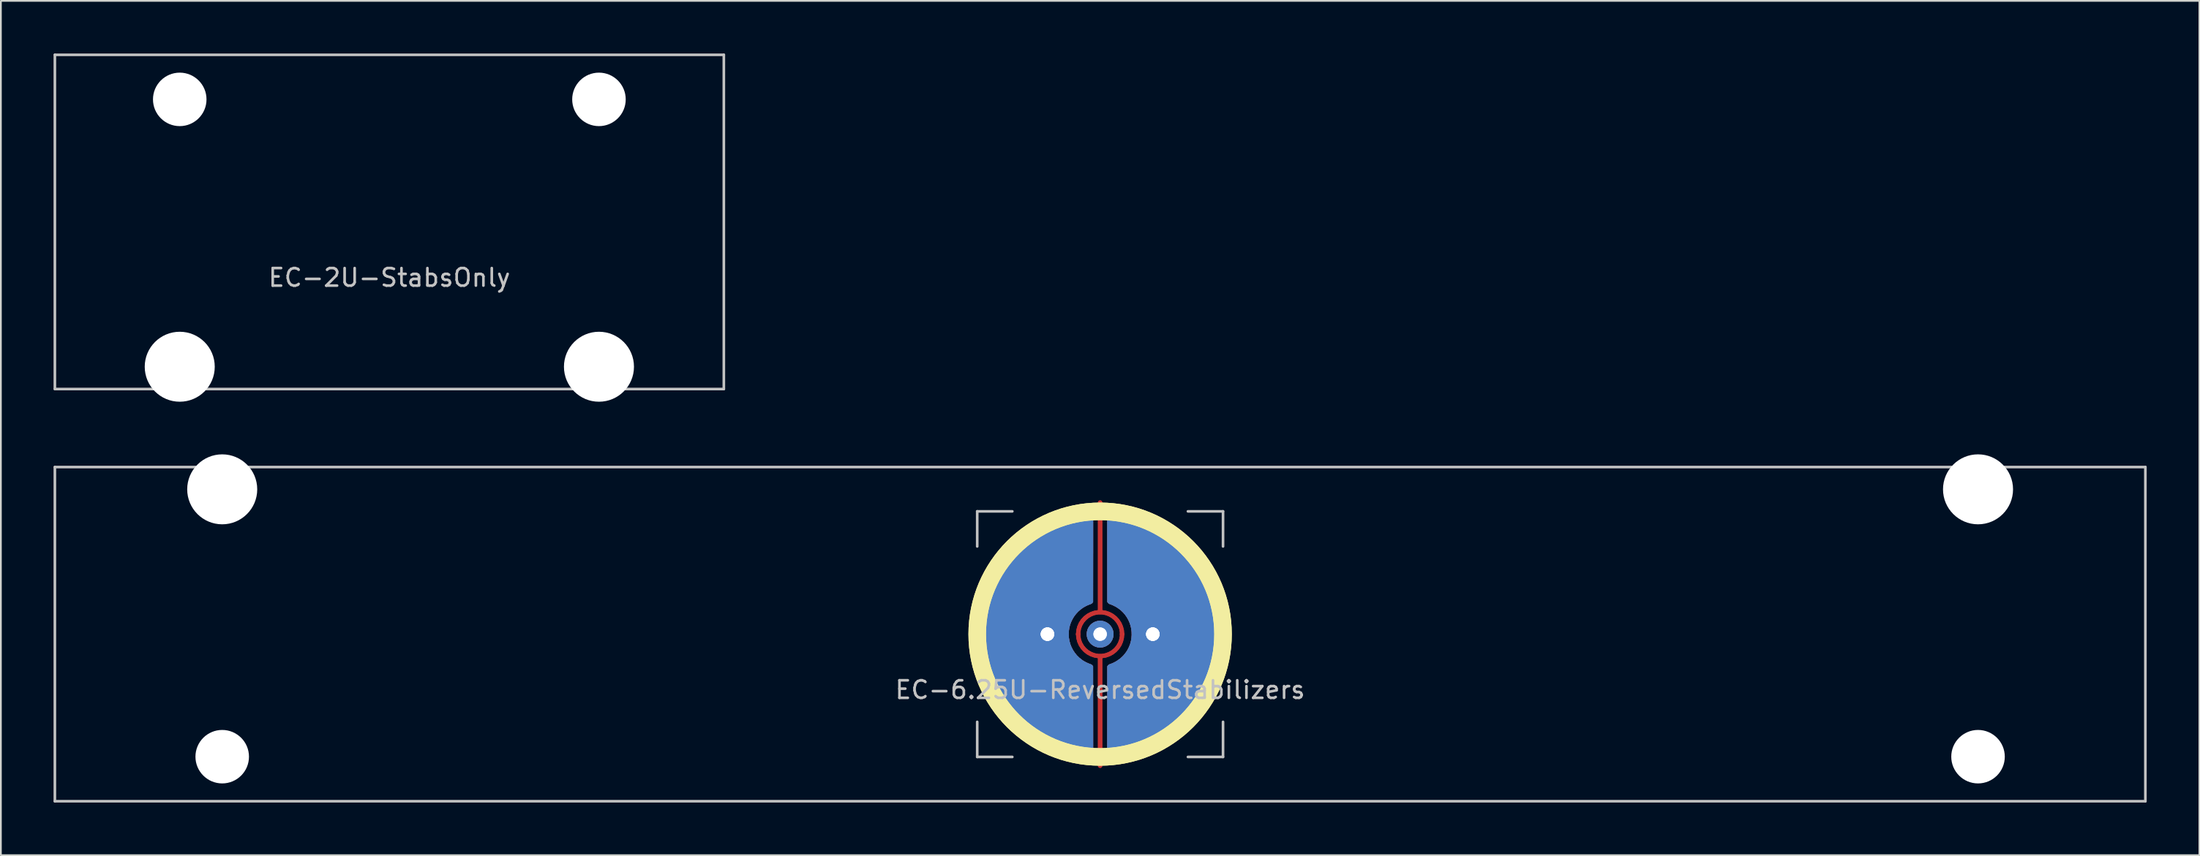
<source format=kicad_pcb>
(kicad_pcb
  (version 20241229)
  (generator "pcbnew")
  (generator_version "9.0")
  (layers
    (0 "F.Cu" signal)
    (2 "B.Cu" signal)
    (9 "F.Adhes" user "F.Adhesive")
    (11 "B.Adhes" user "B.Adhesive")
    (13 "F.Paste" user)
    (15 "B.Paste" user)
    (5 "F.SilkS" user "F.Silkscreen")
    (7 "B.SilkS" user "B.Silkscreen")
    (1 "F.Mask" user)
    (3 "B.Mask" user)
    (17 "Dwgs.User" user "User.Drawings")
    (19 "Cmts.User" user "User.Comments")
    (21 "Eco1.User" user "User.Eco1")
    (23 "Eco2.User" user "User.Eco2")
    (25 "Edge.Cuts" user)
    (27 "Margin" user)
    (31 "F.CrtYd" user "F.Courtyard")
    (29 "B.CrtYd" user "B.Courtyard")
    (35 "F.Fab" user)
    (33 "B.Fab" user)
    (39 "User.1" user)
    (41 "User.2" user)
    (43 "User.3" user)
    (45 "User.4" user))
  (footprint "EC-2U-StabsOnly"
    (layer "F.Cu")
    (at 19.125 9.6)
    (property "Reference" "EC-2U-StabsOnly" (at 0 3.175 0) (layer "Dwgs.User") (effects (font (size 1 1) (thickness 0.15))))
    (attr through_hole)
    (fp_line (start -19.05 -9.525) (end 19.05 -9.525) (stroke (width 0.15) (type solid)) (layer "Dwgs.User"))
    (fp_line (start -19.05 9.525) (end -19.05 -9.525) (stroke (width 0.15) (type solid)) (layer "Dwgs.User"))
    (fp_line (start -19.05 9.525) (end 19.05 9.525) (stroke (width 0.15) (type solid)) (layer "Dwgs.User"))
    (fp_line (start 19.05 -9.525) (end 19.05 9.525) (stroke (width 0.15) (type solid)) (layer "Dwgs.User"))
    (pad "" np_thru_hole circle (at -11.938 -6.985) (size 3.048 3.048) (drill 3.048) (layers "*.Cu" "*.Mask"))
    (pad "" np_thru_hole circle (at -11.938 8.255) (size 3.988 3.988) (drill 3.988) (layers "*.Cu" "*.Mask"))
    (pad "" np_thru_hole circle (at 11.938 -6.985) (size 3.048 3.048) (drill 3.048) (layers "*.Cu" "*.Mask"))
    (pad "" np_thru_hole circle (at 11.938 8.255) (size 3.988 3.988) (drill 3.988) (layers "*.Cu" "*.Mask")))
  (footprint "EC-6.25U-ReversedStabilizers"
    (layer "F.Cu")
    (at 59.606 33.098)
    (property "Reference" "EC-6.25U-ReversedStabilizers" (at 0 3.175 0) (layer "Dwgs.User") (effects (font (size 1 1) (thickness 0.15))))
    (attr through_hole)
    (fp_circle (center 0 0) (end 7 0) (stroke (width 1) (type solid)) (fill no) (layer "F.SilkS"))
    (fp_circle (center 0 0) (end 7 0) (stroke (width 1) (type solid)) (fill no) (layer "F.SilkS"))
    (fp_line (start -59.531 -9.525) (end 59.531 -9.525) (stroke (width 0.15) (type solid)) (layer "Dwgs.User"))
    (fp_line (start -59.531 9.525) (end -59.531 -9.525) (stroke (width 0.15) (type solid)) (layer "Dwgs.User"))
    (fp_line (start -59.531 9.525) (end 59.531 9.525) (stroke (width 0.15) (type solid)) (layer "Dwgs.User"))
    (fp_line (start -7 -7) (end -7 -5) (stroke (width 0.15) (type solid)) (layer "Dwgs.User"))
    (fp_line (start -7 5) (end -7 7) (stroke (width 0.15) (type solid)) (layer "Dwgs.User"))
    (fp_line (start -7 7) (end -5 7) (stroke (width 0.15) (type solid)) (layer "Dwgs.User"))
    (fp_line (start -5 -7) (end -7 -7) (stroke (width 0.15) (type solid)) (layer "Dwgs.User"))
    (fp_line (start 5 -7) (end 7 -7) (stroke (width 0.15) (type solid)) (layer "Dwgs.User"))
    (fp_line (start 5 7) (end 7 7) (stroke (width 0.15) (type solid)) (layer "Dwgs.User"))
    (fp_line (start 7 -7) (end 7 -5) (stroke (width 0.15) (type solid)) (layer "Dwgs.User"))
    (fp_line (start 7 7) (end 7 5) (stroke (width 0.15) (type solid)) (layer "Dwgs.User"))
    (fp_line (start 59.531 -9.525) (end 59.531 9.525) (stroke (width 0.15) (type solid)) (layer "Dwgs.User"))
    (pad "" np_thru_hole circle (at -50 -8.255) (size 3.988 3.988) (drill 3.988) (layers "*.Cu" "*.Mask"))
    (pad "" np_thru_hole circle (at -50 6.985) (size 3.048 3.048) (drill 3.048) (layers "*.Cu" "*.Mask"))
    (pad "" thru_hole circle (at 0 0) (size 1.524 1.524) (drill 0.762) (layers "*.Cu" "B.Mask"))
    (pad "" thru_hole circle (at 0 0) (size 1.524 1.524) (drill 0.762) (layers "*.Cu" "B.Mask"))
    (pad "" np_thru_hole circle (at 50 -8.255) (size 3.988 3.988) (drill 3.988) (layers "*.Cu" "*.Mask"))
    (pad "" np_thru_hole circle (at 50 6.985) (size 3.048 3.048) (drill 3.048) (layers "*.Cu" "*.Mask"))
    (pad "1" thru_hole circle (at 3 0) (size 1.524 1.524) (drill 0.762) (layers "*.Cu" "B.Mask"))
    (pad "1" thru_hole circle (at 3 0) (size 1.524 1.524) (drill 0.762) (layers "*.Cu" "B.Mask"))
    (pad "1" thru_hole custom (at 3 0) (size 1.524 1.524) (drill 0.762) (layers "F.Cu") (options (anchor circle)) (primitives (gr_poly (pts (xy -2.587 4.333) (xy -2.585 1.835) (xy -2.556 1.797) (xy -2.526 1.764) (xy -2.49 1.738) (xy -2.444 1.716) (xy -2.4 1.7) (xy -2.266 1.648) (xy -2.131 1.58) (xy -1.997 1.497) (xy -1.869 1.404) (xy -1.751 1.301) (xy -1.651 1.198) (xy -1.534 1.052) (xy -1.434 0.898) (xy -1.352 0.736) (xy -1.287 0.569) (xy -1.24 0.398) (xy -1.21 0.224) (xy -1.197 0.049) (xy -1.201 -0.127) (xy -1.221 -0.302) (xy -1.259 -0.474) (xy -1.314 -0.642) (xy -1.385 -0.805) (xy -1.473 -0.962) (xy -1.577 -1.11) (xy -1.698 -1.25) (xy -1.797 -1.344) (xy -1.891 -1.422) (xy -1.997 -1.497) (xy -2.11 -1.566) (xy -2.224 -1.627) (xy -2.334 -1.676) (xy -2.4 -1.7) (xy -2.458 -1.722) (xy -2.501 -1.745) (xy -2.535 -1.772) (xy -2.556 -1.797) (xy -2.585 -1.835) (xy -2.587 -4.33) (xy -2.588 -4.594) (xy -2.588 -4.839) (xy -2.588 -5.065) (xy -2.588 -5.273) (xy -2.588 -5.465) (xy -2.588 -5.64) (xy -2.588 -5.799) (xy -2.588 -5.944) (xy -2.588 -6.074) (xy -2.588 -6.191) (xy -2.588 -6.296) (xy -2.588 -6.389) (xy -2.587 -6.47) (xy -2.587 -6.542) (xy -2.586 -6.603) (xy -2.585 -6.656) (xy -2.585 -6.701) (xy -2.584 -6.738) (xy -2.583 -6.769) (xy -2.582 -6.794) (xy -2.58 -6.813) (xy -2.579 -6.829) (xy -2.578 -6.84) (xy -2.576 -6.849) (xy -2.574 -6.855) (xy -2.572 -6.86) (xy -2.57 -6.864) (xy -2.534 -6.915) (xy -2.487 -6.95) (xy -2.428 -6.969) (xy -2.357 -6.971) (xy -2.347 -6.97) (xy -1.986 -6.926) (xy -1.637 -6.866) (xy -1.295 -6.789) (xy -0.96 -6.696) (xy -0.627 -6.586) (xy -0.295 -6.458) (xy -0.258 -6.442) (xy -0.185 -6.411) (xy -0.1 -6.371) (xy -0.004 -6.326) (xy 0.096 -6.277) (xy 0.197 -6.226) (xy 0.296 -6.175) (xy 0.387 -6.127) (xy 0.468 -6.083) (xy 0.518 -6.054) (xy 0.841 -5.853) (xy 1.151 -5.638) (xy 1.447 -5.409) (xy 1.728 -5.165) (xy 1.996 -4.907) (xy 2.249 -4.636) (xy 2.487 -4.351) (xy 2.711 -4.053) (xy 2.919 -3.741) (xy 3.112 -3.417) (xy 3.146 -3.356) (xy 3.314 -3.029) (xy 3.464 -2.693) (xy 3.597 -2.35) (xy 3.711 -1.999) (xy 3.807 -1.643) (xy 3.884 -1.283) (xy 3.942 -0.919) (xy 3.981 -0.552) (xy 4.001 -0.183) (xy 4.001 0.186) (xy 3.995 0.345) (xy 3.967 0.716) (xy 3.919 1.083) (xy 3.852 1.445) (xy 3.767 1.801) (xy 3.664 2.152) (xy 3.542 2.496) (xy 3.404 2.832) (xy 3.248 3.161) (xy 3.075 3.481) (xy 2.887 3.791) (xy 2.682 4.092) (xy 2.462 4.382) (xy 2.226 4.66) (xy 1.976 4.927) (xy 1.711 5.18) (xy 1.432 5.421) (xy 1.14 5.647) (xy 0.905 5.812) (xy 0.589 6.012) (xy 0.264 6.194) (xy -0.07 6.358) (xy -0.412 6.505) (xy -0.762 6.633) (xy -1.119 6.743) (xy -1.483 6.834) (xy -1.844 6.904) (xy -1.929 6.918) (xy -2.017 6.931) (xy -2.105 6.943) (xy -2.188 6.953) (xy -2.263 6.961) (xy -2.327 6.967) (xy -2.374 6.969) (xy -2.376 6.969) (xy -2.418 6.969) (xy -2.446 6.967) (xy -2.468 6.96) (xy -2.489 6.948) (xy -2.501 6.94) (xy -2.532 6.914) (xy -2.559 6.883) (xy -2.567 6.87) (xy -2.589 6.83) (xy -2.587 4.333)) (width 0.01) (fill yes))))
    (pad "1" thru_hole custom (at 3 0) (size 1.524 1.524) (drill 0.762) (layers "F.Cu") (options (anchor circle)) (primitives (gr_poly (pts (xy -2.587 4.333) (xy -2.585 1.835) (xy -2.556 1.797) (xy -2.526 1.764) (xy -2.49 1.738) (xy -2.444 1.716) (xy -2.4 1.7) (xy -2.266 1.648) (xy -2.131 1.58) (xy -1.997 1.497) (xy -1.869 1.404) (xy -1.751 1.301) (xy -1.651 1.198) (xy -1.534 1.052) (xy -1.434 0.898) (xy -1.352 0.736) (xy -1.287 0.569) (xy -1.24 0.398) (xy -1.21 0.224) (xy -1.197 0.049) (xy -1.201 -0.127) (xy -1.221 -0.302) (xy -1.259 -0.474) (xy -1.314 -0.642) (xy -1.385 -0.805) (xy -1.473 -0.962) (xy -1.577 -1.11) (xy -1.698 -1.25) (xy -1.797 -1.344) (xy -1.891 -1.422) (xy -1.997 -1.497) (xy -2.11 -1.566) (xy -2.224 -1.627) (xy -2.334 -1.676) (xy -2.4 -1.7) (xy -2.458 -1.722) (xy -2.501 -1.745) (xy -2.535 -1.772) (xy -2.556 -1.797) (xy -2.585 -1.835) (xy -2.587 -4.33) (xy -2.588 -4.594) (xy -2.588 -4.839) (xy -2.588 -5.065) (xy -2.588 -5.273) (xy -2.588 -5.465) (xy -2.588 -5.64) (xy -2.588 -5.799) (xy -2.588 -5.944) (xy -2.588 -6.074) (xy -2.588 -6.191) (xy -2.588 -6.296) (xy -2.588 -6.389) (xy -2.587 -6.47) (xy -2.587 -6.542) (xy -2.586 -6.603) (xy -2.585 -6.656) (xy -2.585 -6.701) (xy -2.584 -6.738) (xy -2.583 -6.769) (xy -2.582 -6.794) (xy -2.58 -6.813) (xy -2.579 -6.829) (xy -2.578 -6.84) (xy -2.576 -6.849) (xy -2.574 -6.855) (xy -2.572 -6.86) (xy -2.57 -6.864) (xy -2.534 -6.915) (xy -2.487 -6.95) (xy -2.428 -6.969) (xy -2.357 -6.971) (xy -2.347 -6.97) (xy -1.986 -6.926) (xy -1.637 -6.866) (xy -1.295 -6.789) (xy -0.96 -6.696) (xy -0.627 -6.586) (xy -0.295 -6.458) (xy -0.258 -6.442) (xy -0.185 -6.411) (xy -0.1 -6.371) (xy -0.004 -6.326) (xy 0.096 -6.277) (xy 0.197 -6.226) (xy 0.296 -6.175) (xy 0.387 -6.127) (xy 0.468 -6.083) (xy 0.518 -6.054) (xy 0.841 -5.853) (xy 1.151 -5.638) (xy 1.447 -5.409) (xy 1.728 -5.165) (xy 1.996 -4.907) (xy 2.249 -4.636) (xy 2.487 -4.351) (xy 2.711 -4.053) (xy 2.919 -3.741) (xy 3.112 -3.417) (xy 3.146 -3.356) (xy 3.314 -3.029) (xy 3.464 -2.693) (xy 3.597 -2.35) (xy 3.711 -1.999) (xy 3.807 -1.643) (xy 3.884 -1.283) (xy 3.942 -0.919) (xy 3.981 -0.552) (xy 4.001 -0.183) (xy 4.001 0.186) (xy 3.995 0.345) (xy 3.967 0.716) (xy 3.919 1.083) (xy 3.852 1.445) (xy 3.767 1.801) (xy 3.664 2.152) (xy 3.542 2.496) (xy 3.404 2.832) (xy 3.248 3.161) (xy 3.075 3.481) (xy 2.887 3.791) (xy 2.682 4.092) (xy 2.462 4.382) (xy 2.226 4.66) (xy 1.976 4.927) (xy 1.711 5.18) (xy 1.432 5.421) (xy 1.14 5.647) (xy 0.905 5.812) (xy 0.589 6.012) (xy 0.264 6.194) (xy -0.07 6.358) (xy -0.412 6.505) (xy -0.762 6.633) (xy -1.119 6.743) (xy -1.483 6.834) (xy -1.844 6.904) (xy -1.929 6.918) (xy -2.017 6.931) (xy -2.105 6.943) (xy -2.188 6.953) (xy -2.263 6.961) (xy -2.327 6.967) (xy -2.374 6.969) (xy -2.376 6.969) (xy -2.418 6.969) (xy -2.446 6.967) (xy -2.468 6.96) (xy -2.489 6.948) (xy -2.501 6.94) (xy -2.532 6.914) (xy -2.559 6.883) (xy -2.567 6.87) (xy -2.589 6.83) (xy -2.587 4.333)) (width 0.01) (fill yes))))
    (pad "2" thru_hole circle (at -3 0) (size 1.524 1.524) (drill 0.762) (layers "*.Cu" "B.Mask"))
    (pad "2" thru_hole circle (at -3 0) (size 1.524 1.524) (drill 0.762) (layers "*.Cu" "B.Mask"))
    (pad "2" thru_hole custom (at -3 0) (size 1.524 1.524) (drill 0.762) (layers "F.Cu") (options (anchor circle)) (primitives (gr_poly (pts (xy -3.986 -0.298) (xy -3.96 -0.672) (xy -3.92 -1.01) (xy -3.857 -1.374) (xy -3.776 -1.733) (xy -3.675 -2.088) (xy -3.556 -2.436) (xy -3.419 -2.777) (xy -3.264 -3.11) (xy -3.092 -3.435) (xy -2.903 -3.751) (xy -2.697 -4.057) (xy -2.476 -4.352) (xy -2.238 -4.635) (xy -1.986 -4.906) (xy -1.892 -4.999) (xy -1.626 -5.247) (xy -1.352 -5.478) (xy -1.069 -5.692) (xy -0.774 -5.891) (xy -0.467 -6.076) (xy -0.145 -6.248) (xy -0.122 -6.259) (xy 0.185 -6.404) (xy 0.489 -6.531) (xy 0.796 -6.642) (xy 1.108 -6.737) (xy 1.43 -6.819) (xy 1.644 -6.865) (xy 1.737 -6.883) (xy 1.834 -6.9) (xy 1.931 -6.916) (xy 2.028 -6.93) (xy 2.12 -6.943) (xy 2.206 -6.954) (xy 2.283 -6.963) (xy 2.348 -6.969) (xy 2.399 -6.972) (xy 2.435 -6.971) (xy 2.441 -6.97) (xy 2.487 -6.954) (xy 2.531 -6.924) (xy 2.567 -6.886) (xy 2.579 -6.866) (xy 2.582 -6.861) (xy 2.584 -6.857) (xy 2.585 -6.851) (xy 2.587 -6.843) (xy 2.589 -6.832) (xy 2.59 -6.818) (xy 2.591 -6.8) (xy 2.593 -6.777) (xy 2.594 -6.748) (xy 2.594 -6.713) (xy 2.595 -6.67) (xy 2.596 -6.62) (xy 2.597 -6.561) (xy 2.597 -6.493) (xy 2.598 -6.415) (xy 2.598 -6.325) (xy 2.598 -6.225) (xy 2.598 -6.111) (xy 2.598 -5.985) (xy 2.598 -5.845) (xy 2.598 -5.69) (xy 2.598 -5.52) (xy 2.598 -5.334) (xy 2.598 -5.131) (xy 2.598 -4.911) (xy 2.598 -4.672) (xy 2.597 -4.414) (xy 2.597 -4.33) (xy 2.595 -1.835) (xy 2.566 -1.797) (xy 2.536 -1.764) (xy 2.5 -1.738) (xy 2.454 -1.716) (xy 2.41 -1.7) (xy 2.348 -1.677) (xy 2.276 -1.646) (xy 2.199 -1.609) (xy 2.125 -1.57) (xy 2.058 -1.532) (xy 2.032 -1.516) (xy 1.878 -1.405) (xy 1.739 -1.281) (xy 1.615 -1.145) (xy 1.507 -0.999) (xy 1.414 -0.844) (xy 1.338 -0.681) (xy 1.278 -0.511) (xy 1.236 -0.336) (xy 1.212 -0.157) (xy 1.205 0.025) (xy 1.217 0.208) (xy 1.249 0.391) (xy 1.299 0.574) (xy 1.368 0.749) (xy 1.454 0.914) (xy 1.557 1.069) (xy 1.675 1.214) (xy 1.809 1.346) (xy 1.956 1.464) (xy 2.032 1.516) (xy 2.094 1.553) (xy 2.166 1.592) (xy 2.242 1.63) (xy 2.317 1.664) (xy 2.384 1.691) (xy 2.41 1.7) (xy 2.468 1.722) (xy 2.511 1.745) (xy 2.545 1.772) (xy 2.566 1.797) (xy 2.595 1.835) (xy 2.597 4.333) (xy 2.599 6.83) (xy 2.577 6.87) (xy 2.555 6.9) (xy 2.524 6.93) (xy 2.511 6.94) (xy 2.488 6.955) (xy 2.467 6.964) (xy 2.443 6.968) (xy 2.409 6.969) (xy 2.386 6.969) (xy 2.339 6.967) (xy 2.277 6.961) (xy 2.202 6.953) (xy 2.119 6.943) (xy 2.031 6.932) (xy 1.943 6.919) (xy 1.858 6.905) (xy 1.854 6.904) (xy 1.483 6.832) (xy 1.119 6.74) (xy 0.762 6.63) (xy 0.412 6.501) (xy 0.07 6.354) (xy -0.266 6.187) (xy -0.595 6.002) (xy -0.718 5.927) (xy -1.021 5.726) (xy -1.313 5.509) (xy -1.594 5.275) (xy -1.864 5.027) (xy -2.12 4.765) (xy -2.362 4.49) (xy -2.59 4.204) (xy -2.802 3.906) (xy -2.998 3.597) (xy -3.178 3.28) (xy -3.335 2.963) (xy -3.485 2.616) (xy -3.616 2.264) (xy -3.727 1.908) (xy -3.819 1.547) (xy -3.892 1.183) (xy -3.945 0.816) (xy -3.979 0.446) (xy -3.992 0.075) (xy -3.986 -0.298)) (width 0.01) (fill yes))))
    (pad "2" thru_hole custom (at -3 0) (size 1.524 1.524) (drill 0.762) (layers "F.Cu") (options (anchor circle)) (primitives (gr_poly (pts (xy -3.986 -0.298) (xy -3.96 -0.672) (xy -3.92 -1.01) (xy -3.857 -1.374) (xy -3.776 -1.733) (xy -3.675 -2.088) (xy -3.556 -2.436) (xy -3.419 -2.777) (xy -3.264 -3.11) (xy -3.092 -3.435) (xy -2.903 -3.751) (xy -2.697 -4.057) (xy -2.476 -4.352) (xy -2.238 -4.635) (xy -1.986 -4.906) (xy -1.892 -4.999) (xy -1.626 -5.247) (xy -1.352 -5.478) (xy -1.069 -5.692) (xy -0.774 -5.891) (xy -0.467 -6.076) (xy -0.145 -6.248) (xy -0.122 -6.259) (xy 0.185 -6.404) (xy 0.489 -6.531) (xy 0.796 -6.642) (xy 1.108 -6.737) (xy 1.43 -6.819) (xy 1.644 -6.865) (xy 1.737 -6.883) (xy 1.834 -6.9) (xy 1.931 -6.916) (xy 2.028 -6.93) (xy 2.12 -6.943) (xy 2.206 -6.954) (xy 2.283 -6.963) (xy 2.348 -6.969) (xy 2.399 -6.972) (xy 2.435 -6.971) (xy 2.441 -6.97) (xy 2.487 -6.954) (xy 2.531 -6.924) (xy 2.567 -6.886) (xy 2.579 -6.866) (xy 2.582 -6.861) (xy 2.584 -6.857) (xy 2.585 -6.851) (xy 2.587 -6.843) (xy 2.589 -6.832) (xy 2.59 -6.818) (xy 2.591 -6.8) (xy 2.593 -6.777) (xy 2.594 -6.748) (xy 2.594 -6.713) (xy 2.595 -6.67) (xy 2.596 -6.62) (xy 2.597 -6.561) (xy 2.597 -6.493) (xy 2.598 -6.415) (xy 2.598 -6.325) (xy 2.598 -6.225) (xy 2.598 -6.111) (xy 2.598 -5.985) (xy 2.598 -5.845) (xy 2.598 -5.69) (xy 2.598 -5.52) (xy 2.598 -5.334) (xy 2.598 -5.131) (xy 2.598 -4.911) (xy 2.598 -4.672) (xy 2.597 -4.414) (xy 2.597 -4.33) (xy 2.595 -1.835) (xy 2.566 -1.797) (xy 2.536 -1.764) (xy 2.5 -1.738) (xy 2.454 -1.716) (xy 2.41 -1.7) (xy 2.348 -1.677) (xy 2.276 -1.646) (xy 2.199 -1.609) (xy 2.125 -1.57) (xy 2.058 -1.532) (xy 2.032 -1.516) (xy 1.878 -1.405) (xy 1.739 -1.281) (xy 1.615 -1.145) (xy 1.507 -0.999) (xy 1.414 -0.844) (xy 1.338 -0.681) (xy 1.278 -0.511) (xy 1.236 -0.336) (xy 1.212 -0.157) (xy 1.205 0.025) (xy 1.217 0.208) (xy 1.249 0.391) (xy 1.299 0.574) (xy 1.368 0.749) (xy 1.454 0.914) (xy 1.557 1.069) (xy 1.675 1.214) (xy 1.809 1.346) (xy 1.956 1.464) (xy 2.032 1.516) (xy 2.094 1.553) (xy 2.166 1.592) (xy 2.242 1.63) (xy 2.317 1.664) (xy 2.384 1.691) (xy 2.41 1.7) (xy 2.468 1.722) (xy 2.511 1.745) (xy 2.545 1.772) (xy 2.566 1.797) (xy 2.595 1.835) (xy 2.597 4.333) (xy 2.599 6.83) (xy 2.577 6.87) (xy 2.555 6.9) (xy 2.524 6.93) (xy 2.511 6.94) (xy 2.488 6.955) (xy 2.467 6.964) (xy 2.443 6.968) (xy 2.409 6.969) (xy 2.386 6.969) (xy 2.339 6.967) (xy 2.277 6.961) (xy 2.202 6.953) (xy 2.119 6.943) (xy 2.031 6.932) (xy 1.943 6.919) (xy 1.858 6.905) (xy 1.854 6.904) (xy 1.483 6.832) (xy 1.119 6.74) (xy 0.762 6.63) (xy 0.412 6.501) (xy 0.07 6.354) (xy -0.266 6.187) (xy -0.595 6.002) (xy -0.718 5.927) (xy -1.021 5.726) (xy -1.313 5.509) (xy -1.594 5.275) (xy -1.864 5.027) (xy -2.12 4.765) (xy -2.362 4.49) (xy -2.59 4.204) (xy -2.802 3.906) (xy -2.998 3.597) (xy -3.178 3.28) (xy -3.335 2.963) (xy -3.485 2.616) (xy -3.616 2.264) (xy -3.727 1.908) (xy -3.819 1.547) (xy -3.892 1.183) (xy -3.945 0.816) (xy -3.979 0.446) (xy -3.992 0.075) (xy -3.986 -0.298)) (width 0.01) (fill yes))))
    (pad "3" smd custom (at 0 -7.5) (size 0.25 0.25) (layers "F.Cu") (options (anchor circle)) (primitives (gr_line (start 0 6.25) (end 0 0) (width 0.25)) (gr_arc (start -1.25 7.5) (mid 0 6.25) (end 1.25 7.5) (width 0.25))))
    (pad "3" smd custom (at 0 -7.5) (size 0.25 0.25) (layers "F.Cu") (options (anchor circle)) (primitives (gr_line (start 0 6.25) (end 0 0) (width 0.25)) (gr_arc (start -1.25 7.5) (mid 0 6.25) (end 1.25 7.5) (width 0.25))))
    (pad "3" smd custom (at 0 7.5 180) (size 0.25 0.25) (layers "F.Cu") (options (anchor circle)) (primitives (gr_line (start 0 6.25) (end 0 0) (width 0.25)) (gr_arc (start -1.25 7.5) (mid 0 6.25) (end 1.25 7.5) (width 0.25))))
    (pad "3" smd custom (at 0 7.5 180) (size 0.25 0.25) (layers "F.Cu") (options (anchor circle)) (primitives (gr_line (start 0 6.25) (end 0 0) (width 0.25)) (gr_arc (start -1.25 7.5) (mid 0 6.25) (end 1.25 7.5) (width 0.25)))))
  (gr_rect
    (start -3 -3)
    (end 122.213 45.698)
    (stroke (width 0.1) (type default))
    (fill no)
    (layer "Edge.Cuts")))
</source>
